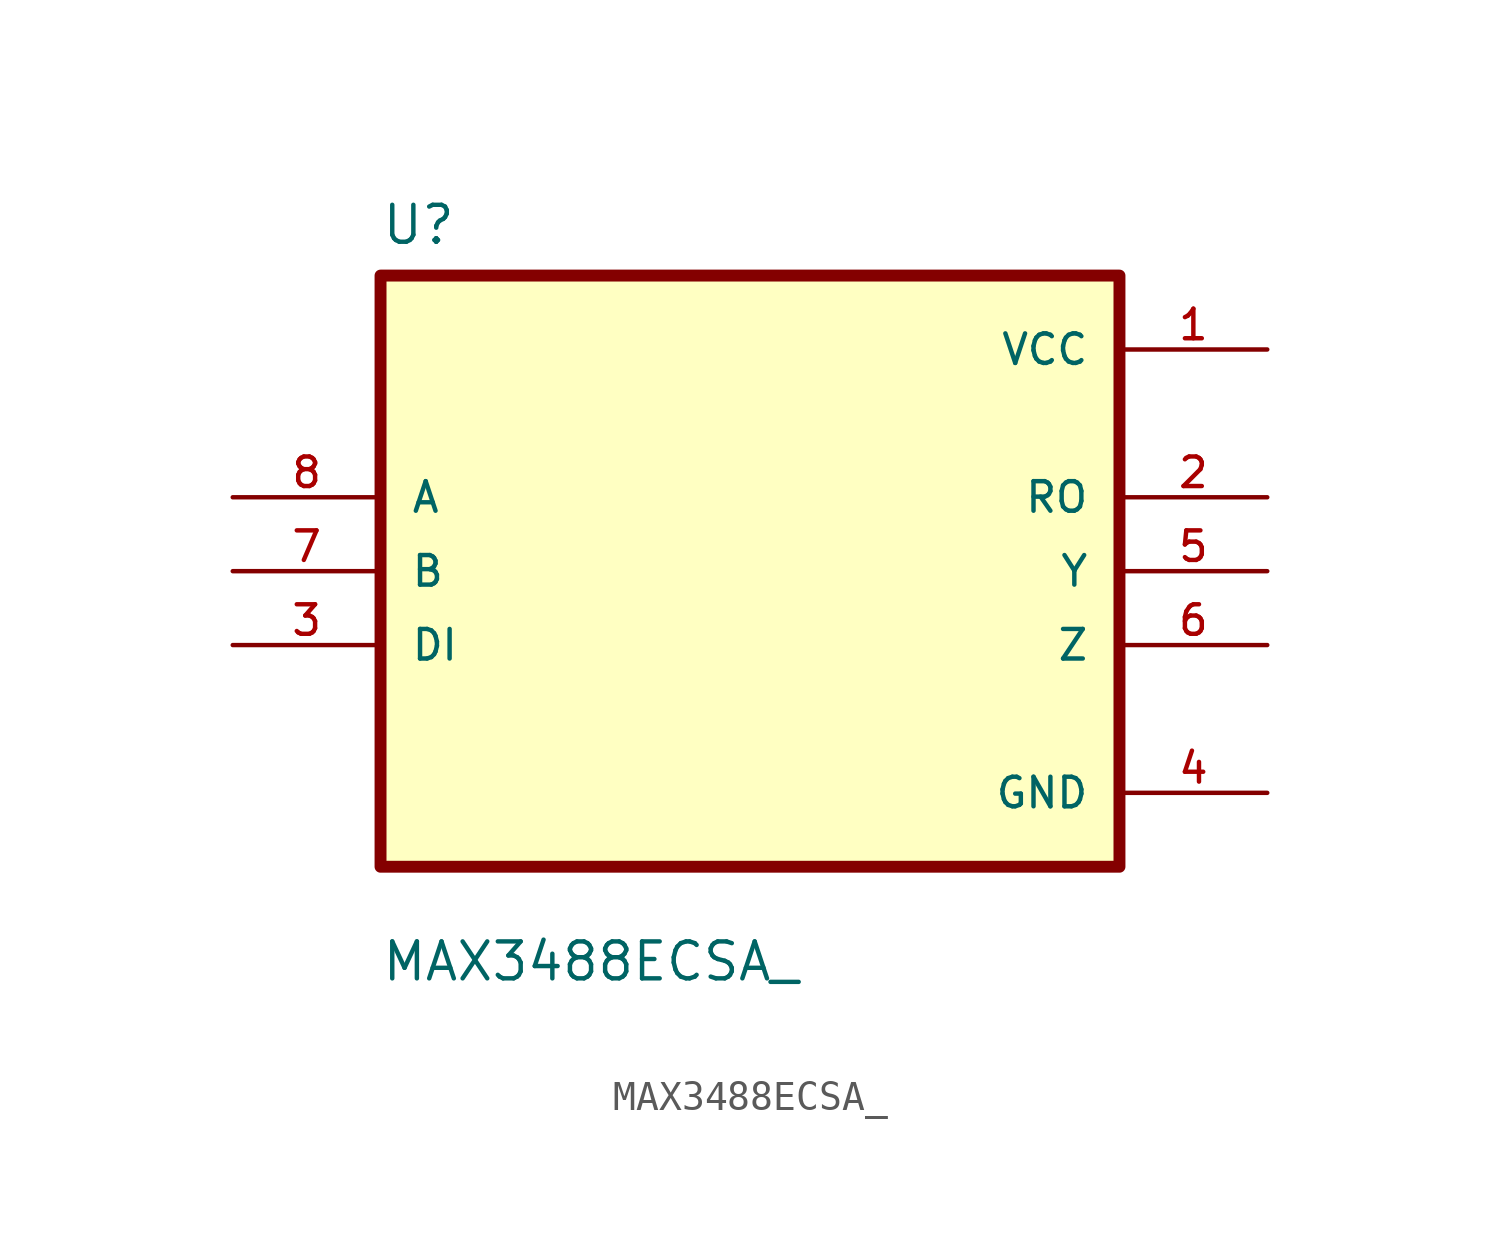
<source format=kicad_sym>
(kicad_symbol_lib
  (version 20211014)
  (generator kicad_symbol_editor)
  (symbol "MAX3488ECSA_"
    (pin_names
      (offset 1.016))
    (property "Reference" "U"
      (at -12.7 11.16 0.0)
      (effects (font (size 1.27 1.27)) (justify bottom left)))
    (property "Value" "MAX3488ECSA_"
      (at -12.7 -14.16 0.0)
      (effects (font (size 1.27 1.27)) (justify bottom left)))
    (symbol "MAX3488ECSA__0_0"
      (rectangle (start -12.7 -10.16) (end 12.7 10.16) (stroke (width 0.41)) (fill (type background)))
      (pin input line (at -17.78 2.54 0) (length 5.08) (name "A" (effects (font (size 1.016 1.016)))) (number "8" (effects (font (size 1.016 1.016)))))
      (pin input line (at -17.78 0.0 0) (length 5.08) (name "B" (effects (font (size 1.016 1.016)))) (number "7" (effects (font (size 1.016 1.016)))))
      (pin input line (at -17.78 -2.54 0) (length 5.08) (name "DI" (effects (font (size 1.016 1.016)))) (number "3" (effects (font (size 1.016 1.016)))))
      (pin power_in line (at 17.78 7.62 180.0) (length 5.08) (name "VCC" (effects (font (size 1.016 1.016)))) (number "1" (effects (font (size 1.016 1.016)))))
      (pin output line (at 17.78 2.54 180.0) (length 5.08) (name "RO" (effects (font (size 1.016 1.016)))) (number "2" (effects (font (size 1.016 1.016)))))
      (pin output line (at 17.78 0.0 180.0) (length 5.08) (name "Y" (effects (font (size 1.016 1.016)))) (number "5" (effects (font (size 1.016 1.016)))))
      (pin output line (at 17.78 -2.54 180.0) (length 5.08) (name "Z" (effects (font (size 1.016 1.016)))) (number "6" (effects (font (size 1.016 1.016)))))
      (pin power_in line (at 17.78 -7.62 180.0) (length 5.08) (name "GND" (effects (font (size 1.016 1.016)))) (number "4" (effects (font (size 1.016 1.016))))))))
</source>
